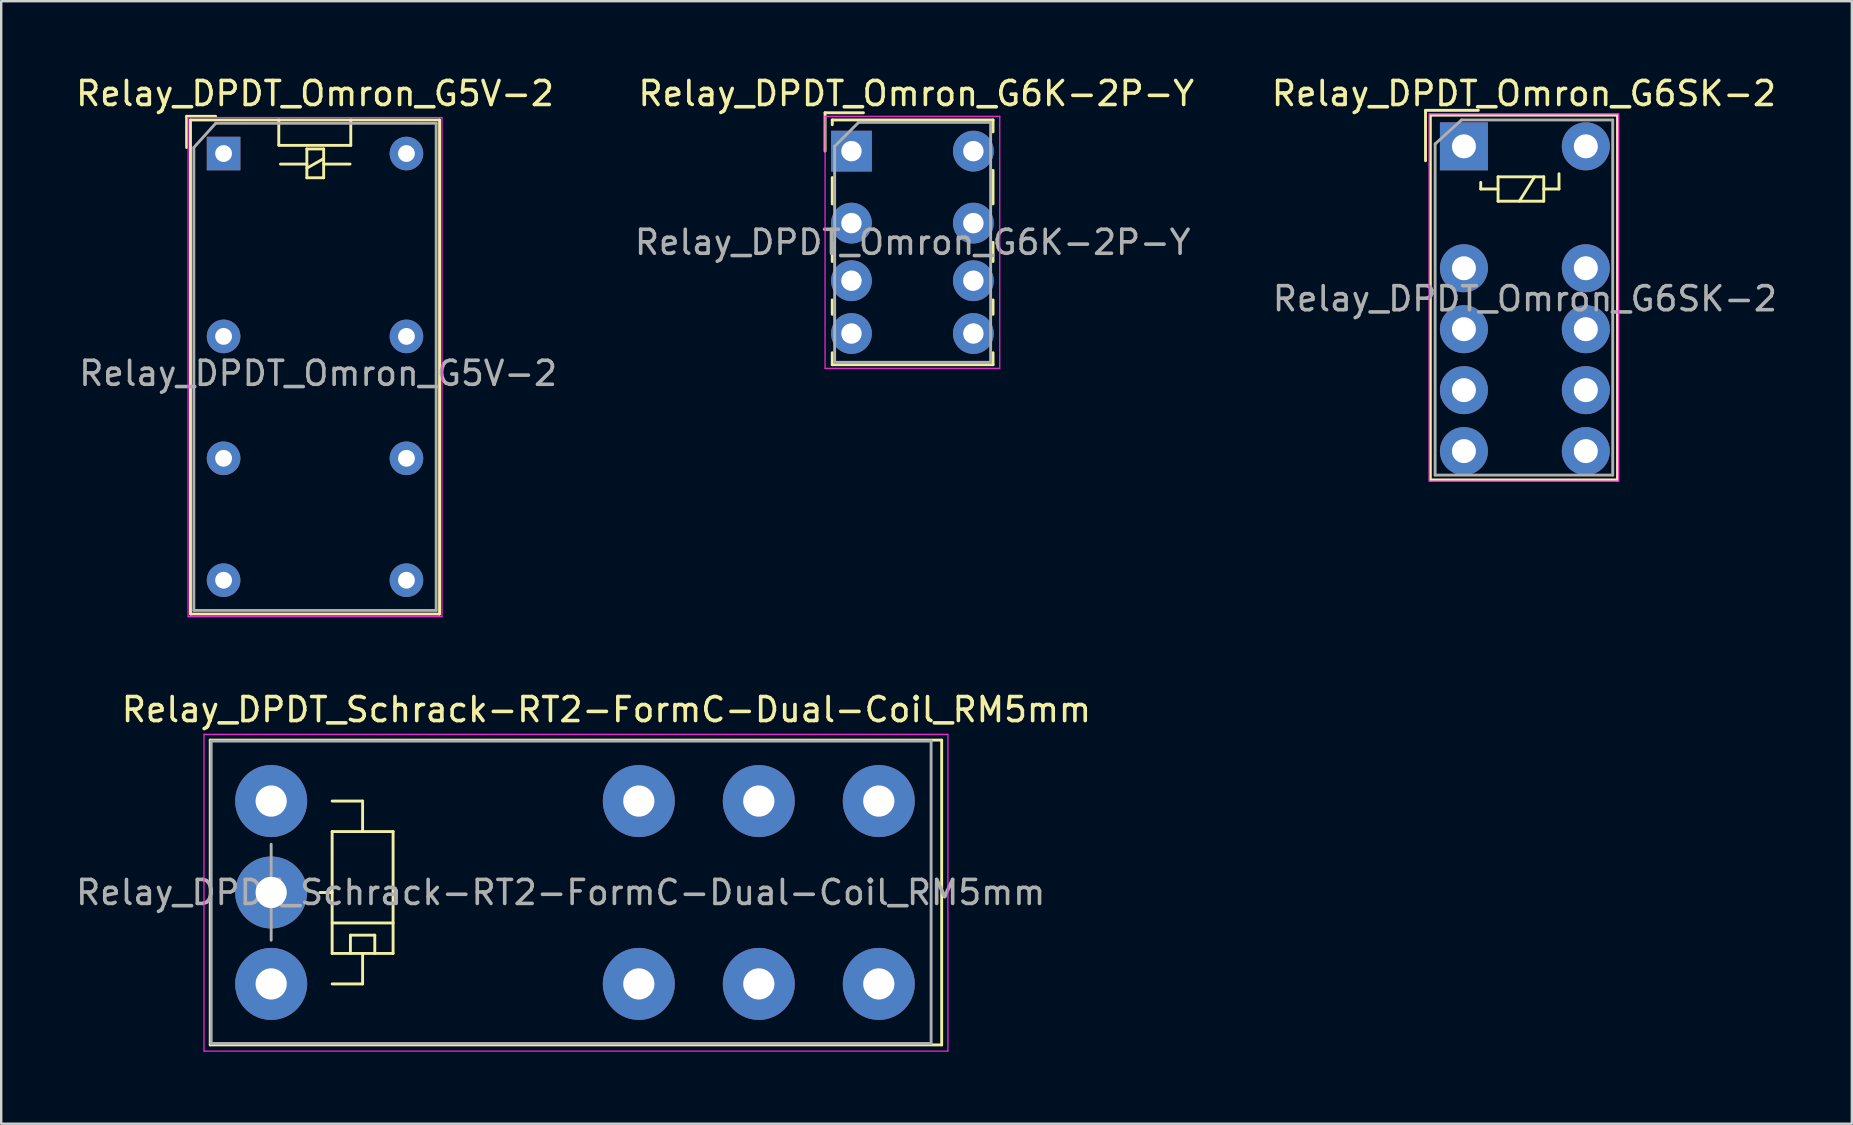
<source format=kicad_pcb>
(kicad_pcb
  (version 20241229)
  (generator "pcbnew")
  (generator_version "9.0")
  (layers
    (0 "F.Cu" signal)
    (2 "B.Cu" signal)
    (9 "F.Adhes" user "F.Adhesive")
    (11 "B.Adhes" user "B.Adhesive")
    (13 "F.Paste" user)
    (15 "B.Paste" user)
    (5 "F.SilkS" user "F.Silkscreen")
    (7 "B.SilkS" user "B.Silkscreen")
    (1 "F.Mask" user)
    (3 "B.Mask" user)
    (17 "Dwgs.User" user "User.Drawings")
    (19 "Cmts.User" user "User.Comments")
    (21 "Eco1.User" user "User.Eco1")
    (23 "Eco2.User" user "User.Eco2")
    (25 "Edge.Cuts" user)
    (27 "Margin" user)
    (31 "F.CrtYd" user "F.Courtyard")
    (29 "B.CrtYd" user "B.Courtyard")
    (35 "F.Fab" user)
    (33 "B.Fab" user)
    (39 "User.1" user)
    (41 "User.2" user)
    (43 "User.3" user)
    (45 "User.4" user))
  (footprint "Relay_DPDT_Omron_G6SK-2"
    (layer "F.Cu")
    (at 57.953 3.048)
    (property "Reference" "Relay_DPDT_Omron_G6SK-2" (at 2.5 -2.2 0) (layer "F.SilkS") (effects (font (size 1 1) (thickness 0.15))))
    (attr through_hole)
    (fp_line (start -1.6 -1.5) (end 0.6 -1.5) (stroke (width 0.12) (type solid)) (layer "F.SilkS"))
    (fp_line (start -1.6 0.6) (end -1.6 -1.5) (stroke (width 0.12) (type solid)) (layer "F.SilkS"))
    (fp_line (start -1.4 -1.3) (end 6.4 -1.3) (stroke (width 0.12) (type solid)) (layer "F.SilkS"))
    (fp_line (start -1.4 13.9) (end -1.4 -1.3) (stroke (width 0.12) (type solid)) (layer "F.SilkS"))
    (fp_line (start 0.7 1.5) (end 0.7 1.778) (stroke (width 0.12) (type solid)) (layer "F.SilkS"))
    (fp_line (start 0.7 1.778) (end 1.422 1.778) (stroke (width 0.12) (type solid)) (layer "F.SilkS"))
    (fp_line (start 1.422 1.27) (end 1.422 2.286) (stroke (width 0.12) (type solid)) (layer "F.SilkS"))
    (fp_line (start 1.422 2.286) (end 3.327 2.286) (stroke (width 0.12) (type solid)) (layer "F.SilkS"))
    (fp_line (start 2.946 1.27) (end 2.311 2.286) (stroke (width 0.12) (type solid)) (layer "F.SilkS"))
    (fp_line (start 3.327 1.27) (end 1.422 1.27) (stroke (width 0.12) (type solid)) (layer "F.SilkS"))
    (fp_line (start 3.327 1.27) (end 3.327 2.286) (stroke (width 0.12) (type solid)) (layer "F.SilkS"))
    (fp_line (start 3.962 1.143) (end 3.962 1.778) (stroke (width 0.12) (type solid)) (layer "F.SilkS"))
    (fp_line (start 3.962 1.778) (end 3.327 1.778) (stroke (width 0.12) (type solid)) (layer "F.SilkS"))
    (fp_line (start 6.4 -1.3) (end 6.4 13.9) (stroke (width 0.12) (type solid)) (layer "F.SilkS"))
    (fp_line (start 6.4 13.9) (end -1.4 13.9) (stroke (width 0.12) (type solid)) (layer "F.SilkS"))
    (fp_line (start -1.45 -1.35) (end -1.45 13.95) (stroke (width 0.05) (type solid)) (layer "F.CrtYd"))
    (fp_line (start -1.45 -1.35) (end 6.45 -1.35) (stroke (width 0.05) (type solid)) (layer "F.CrtYd"))
    (fp_line (start 6.45 13.95) (end -1.45 13.95) (stroke (width 0.05) (type solid)) (layer "F.CrtYd"))
    (fp_line (start 6.45 13.95) (end 6.45 -1.35) (stroke (width 0.05) (type solid)) (layer "F.CrtYd"))
    (fp_line (start -1.2 -0.1) (end -0.1 -1.1) (stroke (width 0.12) (type solid)) (layer "F.Fab"))
    (fp_line (start -1.2 13.7) (end -1.2 -0.1) (stroke (width 0.12) (type solid)) (layer "F.Fab"))
    (fp_line (start -0.1 -1.1) (end 6.2 -1.1) (stroke (width 0.12) (type solid)) (layer "F.Fab"))
    (fp_line (start 6.2 -1.1) (end 6.2 13.7) (stroke (width 0.12) (type solid)) (layer "F.Fab"))
    (fp_line (start 6.2 13.7) (end -1.2 13.7) (stroke (width 0.12) (type solid)) (layer "F.Fab"))
    (fp_text user "${REFERENCE}" (at 2.54 6.35 0) (layer "F.Fab") (effects (font (size 1 1) (thickness 0.15))))
    (pad "1" thru_hole rect (at 0 0) (size 2 2) (drill 1) (layers "*.Cu" "*.Mask"))
    (pad "3" thru_hole circle (at 0 5.08) (size 2 2) (drill 1) (layers "*.Cu" "*.Mask"))
    (pad "4" thru_hole circle (at 0 7.62 270) (size 2 2) (drill 1) (layers "*.Cu" "*.Mask"))
    (pad "5" thru_hole circle (at 0 10.16) (size 2 2) (drill 1) (layers "*.Cu" "*.Mask"))
    (pad "6" thru_hole circle (at 0 12.7) (size 2 2) (drill 1) (layers "*.Cu" "*.Mask"))
    (pad "7" thru_hole circle (at 5.08 12.7) (size 2 2) (drill 1) (layers "*.Cu" "*.Mask"))
    (pad "8" thru_hole circle (at 5.08 10.16) (size 2 2) (drill 1) (layers "*.Cu" "*.Mask"))
    (pad "9" thru_hole circle (at 5.08 7.62 270) (size 2 2) (drill 1) (layers "*.Cu" "*.Mask"))
    (pad "10" thru_hole circle (at 5.08 5.08) (size 2 2) (drill 1) (layers "*.Cu" "*.Mask"))
    (pad "12" thru_hole circle (at 5.08 0) (size 2 2) (drill 1) (layers "*.Cu" "*.Mask")))
  (footprint "Relay_DPDT_Omron_G6K-2P-Y"
    (layer "F.Cu")
    (at 32.431 3.248)
    (property "Reference" "Relay_DPDT_Omron_G6K-2P-Y" (at 2.7 -2.4 0) (layer "F.SilkS") (effects (font (size 1 1) (thickness 0.15))))
    (attr through_hole)
    (fp_line (start -1.1 -1.6) (end 0.5 -1.6) (stroke (width 0.12) (type solid)) (layer "F.SilkS"))
    (fp_line (start -1.1 0) (end -1.1 -1.6) (stroke (width 0.12) (type solid)) (layer "F.SilkS"))
    (fp_line (start -0.8 -1.3) (end -0.8 -1.1) (stroke (width 0.12) (type solid)) (layer "F.SilkS"))
    (fp_line (start -0.8 -1.3) (end 5.9 -1.3) (stroke (width 0.12) (type solid)) (layer "F.SilkS"))
    (fp_line (start -0.8 2.2) (end -0.8 1.1) (stroke (width 0.12) (type solid)) (layer "F.SilkS"))
    (fp_line (start -0.8 4.6) (end -0.8 3.8) (stroke (width 0.12) (type solid)) (layer "F.SilkS"))
    (fp_line (start -0.8 6.8) (end -0.8 6.2) (stroke (width 0.12) (type solid)) (layer "F.SilkS"))
    (fp_line (start -0.8 8.9) (end -0.8 8.4) (stroke (width 0.12) (type solid)) (layer "F.SilkS"))
    (fp_line (start 5.9 -1.3) (end 5.9 -0.8) (stroke (width 0.12) (type solid)) (layer "F.SilkS"))
    (fp_line (start 5.9 0.8) (end 5.9 2.2) (stroke (width 0.12) (type solid)) (layer "F.SilkS"))
    (fp_line (start 5.9 3.8) (end 5.9 4.6) (stroke (width 0.12) (type solid)) (layer "F.SilkS"))
    (fp_line (start 5.9 6.2) (end 5.9 6.8) (stroke (width 0.12) (type solid)) (layer "F.SilkS"))
    (fp_line (start 5.9 8.4) (end 5.9 8.9) (stroke (width 0.12) (type solid)) (layer "F.SilkS"))
    (fp_line (start 5.9 8.9) (end -0.8 8.9) (stroke (width 0.12) (type solid)) (layer "F.SilkS"))
    (fp_line (start -1.1 -1.45) (end -1.1 9.05) (stroke (width 0.05) (type solid)) (layer "F.CrtYd"))
    (fp_line (start -1.1 -1.45) (end 6.18 -1.45) (stroke (width 0.05) (type solid)) (layer "F.CrtYd"))
    (fp_line (start 6.18 9.05) (end -1.1 9.05) (stroke (width 0.05) (type solid)) (layer "F.CrtYd"))
    (fp_line (start 6.18 9.05) (end 6.18 -1.45) (stroke (width 0.05) (type solid)) (layer "F.CrtYd"))
    (fp_line (start -0.7 -0.2) (end 0.3 -1.2) (stroke (width 0.12) (type solid)) (layer "F.Fab"))
    (fp_line (start -0.7 8.8) (end -0.7 -0.2) (stroke (width 0.12) (type solid)) (layer "F.Fab"))
    (fp_line (start 0.3 -1.2) (end 5.8 -1.2) (stroke (width 0.12) (type solid)) (layer "F.Fab"))
    (fp_line (start 5.8 -1.2) (end 5.8 8.8) (stroke (width 0.12) (type solid)) (layer "F.Fab"))
    (fp_line (start 5.8 8.8) (end -0.7 8.8) (stroke (width 0.12) (type solid)) (layer "F.Fab"))
    (fp_text user "${REFERENCE}" (at 2.55 3.8 0) (layer "F.Fab") (effects (font (size 1 1) (thickness 0.15))))
    (pad "1" thru_hole rect (at 0 0) (size 1.7 1.7) (drill 0.85) (layers "*.Cu" "*.Mask"))
    (pad "2" thru_hole circle (at 0 3) (size 1.7 1.7) (drill 0.85) (layers "*.Cu" "*.Mask"))
    (pad "3" thru_hole circle (at 0 5.4) (size 1.7 1.7) (drill 0.85) (layers "*.Cu" "*.Mask"))
    (pad "4" thru_hole circle (at 0 7.6) (size 1.7 1.7) (drill 0.85) (layers "*.Cu" "*.Mask"))
    (pad "5" thru_hole circle (at 5.08 7.6) (size 1.7 1.7) (drill 0.85) (layers "*.Cu" "*.Mask"))
    (pad "6" thru_hole circle (at 5.08 5.4) (size 1.7 1.7) (drill 0.85) (layers "*.Cu" "*.Mask"))
    (pad "7" thru_hole circle (at 5.08 3) (size 1.7 1.7) (drill 0.85) (layers "*.Cu" "*.Mask"))
    (pad "8" thru_hole circle (at 5.08 0) (size 1.7 1.7) (drill 0.85) (layers "*.Cu" "*.Mask")))
  (footprint "Relay_DPDT_Schrack-RT2-FormC-Dual-Coil_RM5mm"
    (layer "F.Cu")
    (at 8.25 30.331)
    (property "Reference" "Relay_DPDT_Schrack-RT2-FormC-Dual-Coil_RM5mm" (at 13.97 -3.81 0) (layer "F.SilkS") (effects (font (size 1 1) (thickness 0.15))))
    (attr through_hole)
    (fp_line (start -2.54 -2.54) (end 27.94 -2.54) (stroke (width 0.12) (type solid)) (layer "F.SilkS"))
    (fp_line (start -2.54 10.16) (end -2.54 -2.54) (stroke (width 0.12) (type solid)) (layer "F.SilkS"))
    (fp_line (start 2.54 0) (end 3.81 0) (stroke (width 0.12) (type solid)) (layer "F.SilkS"))
    (fp_line (start 2.54 1.27) (end 3.81 1.27) (stroke (width 0.12) (type solid)) (layer "F.SilkS"))
    (fp_line (start 2.54 3.81) (end 2.032 3.81) (stroke (width 0.12) (type solid)) (layer "F.SilkS"))
    (fp_line (start 2.54 5.08) (end 5.08 5.08) (stroke (width 0.12) (type solid)) (layer "F.SilkS"))
    (fp_line (start 2.54 6.35) (end 2.54 1.27) (stroke (width 0.12) (type solid)) (layer "F.SilkS"))
    (fp_line (start 3.302 5.588) (end 4.318 5.588) (stroke (width 0.12) (type solid)) (layer "F.SilkS"))
    (fp_line (start 3.302 6.35) (end 3.302 5.588) (stroke (width 0.12) (type solid)) (layer "F.SilkS"))
    (fp_line (start 3.81 0) (end 3.81 1.27) (stroke (width 0.12) (type solid)) (layer "F.SilkS"))
    (fp_line (start 3.81 1.27) (end 5.08 1.27) (stroke (width 0.12) (type solid)) (layer "F.SilkS"))
    (fp_line (start 3.81 6.35) (end 3.81 7.62) (stroke (width 0.12) (type solid)) (layer "F.SilkS"))
    (fp_line (start 3.81 7.62) (end 2.54 7.62) (stroke (width 0.12) (type solid)) (layer "F.SilkS"))
    (fp_line (start 4.318 5.588) (end 4.318 6.35) (stroke (width 0.12) (type solid)) (layer "F.SilkS"))
    (fp_line (start 5.08 1.27) (end 5.08 6.35) (stroke (width 0.12) (type solid)) (layer "F.SilkS"))
    (fp_line (start 5.08 6.35) (end 2.54 6.35) (stroke (width 0.12) (type solid)) (layer "F.SilkS"))
    (fp_line (start 27.94 -2.54) (end 27.94 10.16) (stroke (width 0.12) (type solid)) (layer "F.SilkS"))
    (fp_line (start 27.94 10.16) (end -2.54 10.16) (stroke (width 0.12) (type solid)) (layer "F.SilkS"))
    (fp_line (start -2.8 -2.78) (end 28.2 -2.78) (stroke (width 0.05) (type solid)) (layer "F.CrtYd"))
    (fp_line (start -2.8 10.42) (end -2.8 -2.78) (stroke (width 0.05) (type solid)) (layer "F.CrtYd"))
    (fp_line (start 28.2 -2.78) (end 28.2 10.42) (stroke (width 0.05) (type solid)) (layer "F.CrtYd"))
    (fp_line (start 28.2 10.42) (end -2.8 10.42) (stroke (width 0.05) (type solid)) (layer "F.CrtYd"))
    (fp_line (start -2.5 -2.5) (end 27.5 -2.5) (stroke (width 0.12) (type solid)) (layer "F.Fab"))
    (fp_line (start -2.5 10.1) (end -2.5 -2.5) (stroke (width 0.12) (type solid)) (layer "F.Fab"))
    (fp_line (start 0 1.8) (end 0 5.8) (stroke (width 0.12) (type solid)) (layer "F.Fab"))
    (fp_line (start 27.5 -2.5) (end 27.5 10.1) (stroke (width 0.12) (type solid)) (layer "F.Fab"))
    (fp_line (start 27.5 10.1) (end -2.5 10.1) (stroke (width 0.12) (type solid)) (layer "F.Fab"))
    (fp_text user "${REFERENCE}" (at 12.065 3.81 0) (layer "F.Fab") (effects (font (size 1 1) (thickness 0.15))))
    (pad "11" thru_hole circle (at 20.32 0) (size 3 3) (drill 1.3) (layers "*.Cu" "*.Mask"))
    (pad "12" thru_hole circle (at 15.32 0) (size 3 3) (drill 1.3) (layers "*.Cu" "*.Mask"))
    (pad "14" thru_hole circle (at 25.32 0) (size 3 3) (drill 1.3) (layers "*.Cu" "*.Mask"))
    (pad "21" thru_hole circle (at 20.32 7.62) (size 3 3) (drill 1.3) (layers "*.Cu" "*.Mask"))
    (pad "22" thru_hole circle (at 15.32 7.62) (size 3 3) (drill 1.3) (layers "*.Cu" "*.Mask"))
    (pad "24" thru_hole circle (at 25.32 7.62) (size 3 3) (drill 1.3) (layers "*.Cu" "*.Mask"))
    (pad "A1" thru_hole circle (at 0 0) (size 3 3) (drill 1.3) (layers "*.Cu" "*.Mask"))
    (pad "A2" thru_hole circle (at 0 7.62) (size 3 3) (drill 1.3) (layers "*.Cu" "*.Mask"))
    (pad "A3" thru_hole circle (at 0 3.81) (size 3 3) (drill 1.3) (layers "*.Cu" "*.Mask")))
  (footprint "Relay_DPDT_Omron_G5V-2"
    (layer "F.Cu")
    (at 6.267 3.348)
    (property "Reference" "Relay_DPDT_Omron_G5V-2" (at 3.81 -2.5 0) (layer "F.SilkS") (effects (font (size 1 1) (thickness 0.15))))
    (attr through_hole)
    (fp_line (start -1.54 -1.55) (end -0.33 -1.55) (stroke (width 0.12) (type solid)) (layer "F.SilkS"))
    (fp_line (start -1.54 -0.25) (end -1.54 -1.55) (stroke (width 0.12) (type solid)) (layer "F.SilkS"))
    (fp_line (start -1.38 -1.4) (end -1.38 19.19) (stroke (width 0.12) (type solid)) (layer "F.SilkS"))
    (fp_line (start -1.38 19.19) (end 9 19.19) (stroke (width 0.12) (type solid)) (layer "F.SilkS"))
    (fp_line (start 2.3 -1.4) (end 2.3 -0.36) (stroke (width 0.12) (type solid)) (layer "F.SilkS"))
    (fp_line (start 2.3 -0.34) (end 5.3 -0.34) (stroke (width 0.12) (type solid)) (layer "F.SilkS"))
    (fp_line (start 3.47 -0.19) (end 3.47 1.01) (stroke (width 0.12) (type solid)) (layer "F.SilkS"))
    (fp_line (start 3.47 0.44) (end 2.37 0.44) (stroke (width 0.12) (type solid)) (layer "F.SilkS"))
    (fp_line (start 3.47 0.61) (end 4.17 0.21) (stroke (width 0.12) (type solid)) (layer "F.SilkS"))
    (fp_line (start 3.47 1.01) (end 4.17 1.01) (stroke (width 0.12) (type solid)) (layer "F.SilkS"))
    (fp_line (start 4.17 -0.19) (end 3.47 -0.19) (stroke (width 0.12) (type solid)) (layer "F.SilkS"))
    (fp_line (start 4.17 0.44) (end 5.27 0.44) (stroke (width 0.12) (type solid)) (layer "F.SilkS"))
    (fp_line (start 4.17 1.01) (end 4.17 -0.19) (stroke (width 0.12) (type solid)) (layer "F.SilkS"))
    (fp_line (start 5.3 -0.34) (end 5.3 -1.4) (stroke (width 0.12) (type solid)) (layer "F.SilkS"))
    (fp_line (start 9 -1.4) (end -1.38 -1.4) (stroke (width 0.12) (type solid)) (layer "F.SilkS"))
    (fp_line (start 9 19.19) (end 9 -1.4) (stroke (width 0.12) (type solid)) (layer "F.SilkS"))
    (fp_line (start -1.48 -1.5) (end -1.48 19.3) (stroke (width 0.05) (type solid)) (layer "F.CrtYd"))
    (fp_line (start -1.48 -1.5) (end 9.1 -1.5) (stroke (width 0.05) (type solid)) (layer "F.CrtYd"))
    (fp_line (start 9.1 -1.5) (end 9.1 19.3) (stroke (width 0.05) (type solid)) (layer "F.CrtYd"))
    (fp_line (start 9.1 19.3) (end -1.48 19.3) (stroke (width 0.05) (type solid)) (layer "F.CrtYd"))
    (fp_line (start -1.24 -0.25) (end -1.24 19.04) (stroke (width 0.12) (type solid)) (layer "F.Fab"))
    (fp_line (start -1.24 -0.25) (end -0.33 -1.26) (stroke (width 0.12) (type solid)) (layer "F.Fab"))
    (fp_line (start -1.24 19.04) (end 8.86 19.04) (stroke (width 0.12) (type solid)) (layer "F.Fab"))
    (fp_line (start 8.86 -1.26) (end -0.33 -1.26) (stroke (width 0.12) (type solid)) (layer "F.Fab"))
    (fp_line (start 8.86 19.04) (end 8.86 -1.26) (stroke (width 0.12) (type solid)) (layer "F.Fab"))
    (fp_text user "${REFERENCE}" (at 3.94 9.16 0) (layer "F.Fab") (effects (font (size 1 1) (thickness 0.15))))
    (pad "1" thru_hole rect (at 0 0) (size 1.4 1.4) (drill 0.7) (layers "*.Cu" "*.Mask"))
    (pad "4" thru_hole circle (at 0 7.62) (size 1.4 1.4) (drill 0.7) (layers "*.Cu" "*.Mask"))
    (pad "6" thru_hole circle (at 0 12.7) (size 1.4 1.4) (drill 0.7) (layers "*.Cu" "*.Mask"))
    (pad "8" thru_hole circle (at 0 17.78) (size 1.4 1.4) (drill 0.7) (layers "*.Cu" "*.Mask"))
    (pad "9" thru_hole circle (at 7.62 17.78) (size 1.4 1.4) (drill 0.7) (layers "*.Cu" "*.Mask"))
    (pad "11" thru_hole circle (at 7.62 12.7) (size 1.4 1.4) (drill 0.7) (layers "*.Cu" "*.Mask"))
    (pad "13" thru_hole circle (at 7.62 7.62) (size 1.4 1.4) (drill 0.7) (layers "*.Cu" "*.Mask"))
    (pad "16" thru_hole circle (at 7.62 0) (size 1.4 1.4) (drill 0.7) (layers "*.Cu" "*.Mask")))
  (gr_rect
    (start -3 -3)
    (end 74.118 43.776)
    (stroke (width 0.1) (type default))
    (fill no)
    (layer "Edge.Cuts")))
</source>
